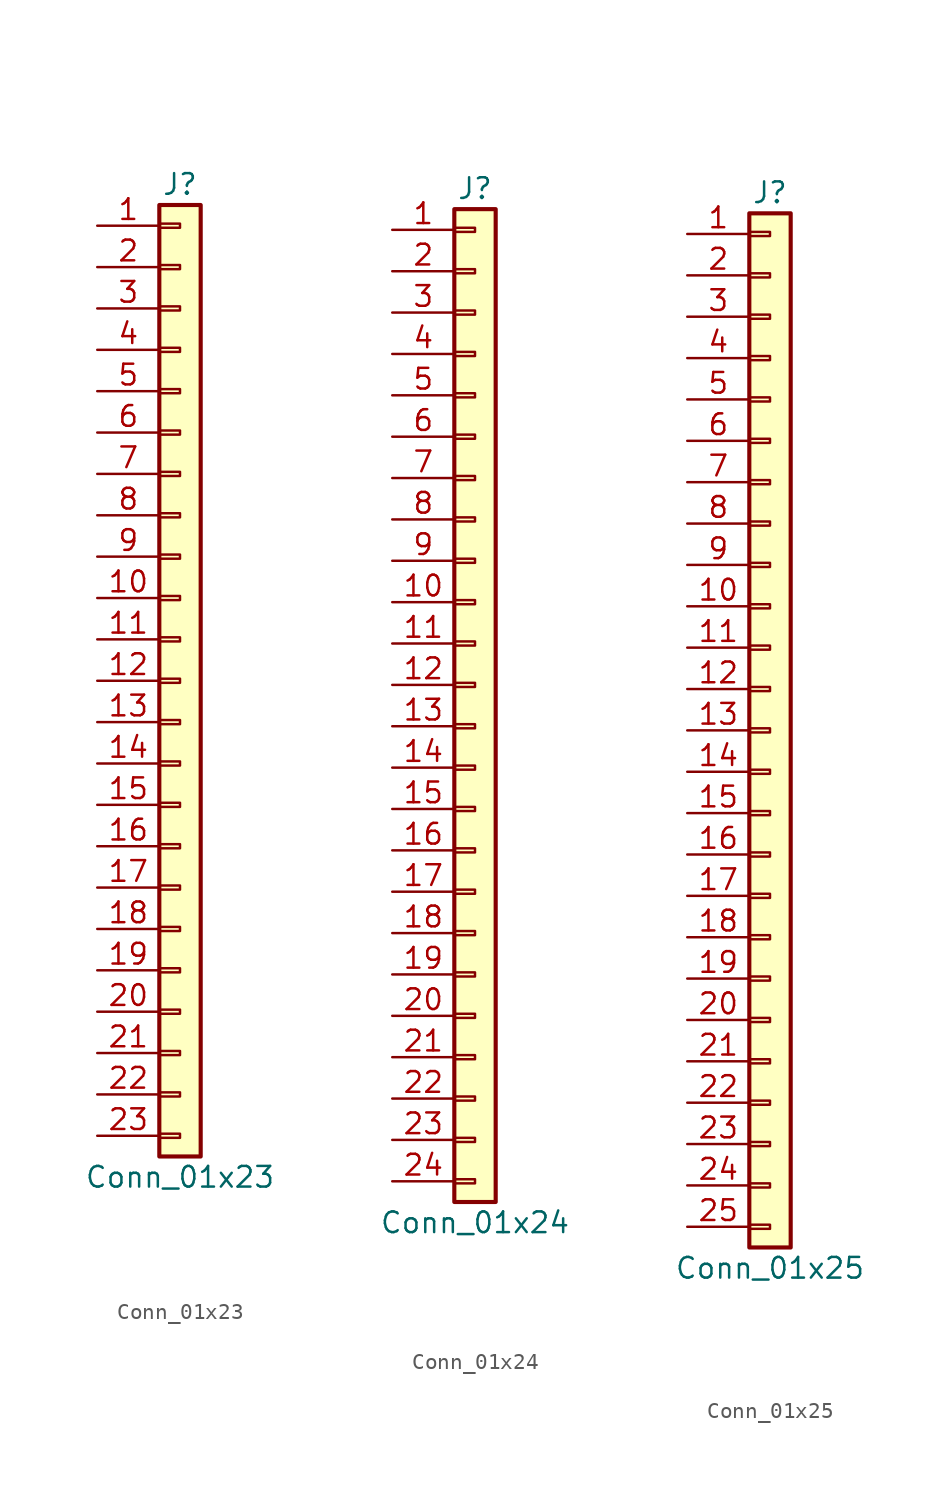
<source format=kicad_sym>
(kicad_symbol_lib
  (version 20201005)
  (generator kicad_symbol_editor)
  (symbol "Conn_01x23"
    (pin_names
      (offset 1.016) hide)
    (property "Reference" "J"
      (at 0 30.48 0)
      (effects (font (size 1.27 1.27))))
    (property "Value" "Conn_01x23"
      (at 0 -30.48 0)
      (effects (font (size 1.27 1.27))))
    (symbol "Conn_01x23_1_1"
      (rectangle (start -1.27 -27.813) (end 0 -28.067) (stroke (width 0.152)) (fill (type none)))
      (rectangle (start -1.27 -25.273) (end 0 -25.527) (stroke (width 0.152)) (fill (type none)))
      (rectangle (start -1.27 -22.733) (end 0 -22.987) (stroke (width 0.152)) (fill (type none)))
      (rectangle (start -1.27 -20.193) (end 0 -20.447) (stroke (width 0.152)) (fill (type none)))
      (rectangle (start -1.27 -17.653) (end 0 -17.907) (stroke (width 0.152)) (fill (type none)))
      (rectangle (start -1.27 -15.113) (end 0 -15.367) (stroke (width 0.152)) (fill (type none)))
      (rectangle (start -1.27 -12.573) (end 0 -12.827) (stroke (width 0.152)) (fill (type none)))
      (rectangle (start -1.27 -10.033) (end 0 -10.287) (stroke (width 0.152)) (fill (type none)))
      (rectangle (start -1.27 -7.493) (end 0 -7.747) (stroke (width 0.152)) (fill (type none)))
      (rectangle (start -1.27 -4.953) (end 0 -5.207) (stroke (width 0.152)) (fill (type none)))
      (rectangle (start -1.27 -2.413) (end 0 -2.667) (stroke (width 0.152)) (fill (type none)))
      (rectangle (start -1.27 0.127) (end 0 -0.127) (stroke (width 0.152)) (fill (type none)))
      (rectangle (start -1.27 2.667) (end 0 2.413) (stroke (width 0.152)) (fill (type none)))
      (rectangle (start -1.27 5.207) (end 0 4.953) (stroke (width 0.152)) (fill (type none)))
      (rectangle (start -1.27 7.747) (end 0 7.493) (stroke (width 0.152)) (fill (type none)))
      (rectangle (start -1.27 10.287) (end 0 10.033) (stroke (width 0.152)) (fill (type none)))
      (rectangle (start -1.27 12.827) (end 0 12.573) (stroke (width 0.152)) (fill (type none)))
      (rectangle (start -1.27 15.367) (end 0 15.113) (stroke (width 0.152)) (fill (type none)))
      (rectangle (start -1.27 17.907) (end 0 17.653) (stroke (width 0.152)) (fill (type none)))
      (rectangle (start -1.27 20.447) (end 0 20.193) (stroke (width 0.152)) (fill (type none)))
      (rectangle (start -1.27 22.987) (end 0 22.733) (stroke (width 0.152)) (fill (type none)))
      (rectangle (start -1.27 25.527) (end 0 25.273) (stroke (width 0.152)) (fill (type none)))
      (rectangle (start -1.27 28.067) (end 0 27.813) (stroke (width 0.152)) (fill (type none)))
      (rectangle (start -1.27 29.21) (end 1.27 -29.21) (stroke (width 0.254)) (fill (type background)))
      (pin passive line (at -5.08 27.94 0) (length 3.81) (name "Pin_1" (effects (font (size 1.27 1.27)))) (number "1" (effects (font (size 1.27 1.27)))))
      (pin passive line (at -5.08 5.08 0) (length 3.81) (name "Pin_10" (effects (font (size 1.27 1.27)))) (number "10" (effects (font (size 1.27 1.27)))))
      (pin passive line (at -5.08 2.54 0) (length 3.81) (name "Pin_11" (effects (font (size 1.27 1.27)))) (number "11" (effects (font (size 1.27 1.27)))))
      (pin passive line (at -5.08 0 0) (length 3.81) (name "Pin_12" (effects (font (size 1.27 1.27)))) (number "12" (effects (font (size 1.27 1.27)))))
      (pin passive line (at -5.08 -2.54 0) (length 3.81) (name "Pin_13" (effects (font (size 1.27 1.27)))) (number "13" (effects (font (size 1.27 1.27)))))
      (pin passive line (at -5.08 -5.08 0) (length 3.81) (name "Pin_14" (effects (font (size 1.27 1.27)))) (number "14" (effects (font (size 1.27 1.27)))))
      (pin passive line (at -5.08 -7.62 0) (length 3.81) (name "Pin_15" (effects (font (size 1.27 1.27)))) (number "15" (effects (font (size 1.27 1.27)))))
      (pin passive line (at -5.08 -10.16 0) (length 3.81) (name "Pin_16" (effects (font (size 1.27 1.27)))) (number "16" (effects (font (size 1.27 1.27)))))
      (pin passive line (at -5.08 -12.7 0) (length 3.81) (name "Pin_17" (effects (font (size 1.27 1.27)))) (number "17" (effects (font (size 1.27 1.27)))))
      (pin passive line (at -5.08 -15.24 0) (length 3.81) (name "Pin_18" (effects (font (size 1.27 1.27)))) (number "18" (effects (font (size 1.27 1.27)))))
      (pin passive line (at -5.08 -17.78 0) (length 3.81) (name "Pin_19" (effects (font (size 1.27 1.27)))) (number "19" (effects (font (size 1.27 1.27)))))
      (pin passive line (at -5.08 25.4 0) (length 3.81) (name "Pin_2" (effects (font (size 1.27 1.27)))) (number "2" (effects (font (size 1.27 1.27)))))
      (pin passive line (at -5.08 -20.32 0) (length 3.81) (name "Pin_20" (effects (font (size 1.27 1.27)))) (number "20" (effects (font (size 1.27 1.27)))))
      (pin passive line (at -5.08 -22.86 0) (length 3.81) (name "Pin_21" (effects (font (size 1.27 1.27)))) (number "21" (effects (font (size 1.27 1.27)))))
      (pin passive line (at -5.08 -25.4 0) (length 3.81) (name "Pin_22" (effects (font (size 1.27 1.27)))) (number "22" (effects (font (size 1.27 1.27)))))
      (pin passive line (at -5.08 -27.94 0) (length 3.81) (name "Pin_23" (effects (font (size 1.27 1.27)))) (number "23" (effects (font (size 1.27 1.27)))))
      (pin passive line (at -5.08 22.86 0) (length 3.81) (name "Pin_3" (effects (font (size 1.27 1.27)))) (number "3" (effects (font (size 1.27 1.27)))))
      (pin passive line (at -5.08 20.32 0) (length 3.81) (name "Pin_4" (effects (font (size 1.27 1.27)))) (number "4" (effects (font (size 1.27 1.27)))))
      (pin passive line (at -5.08 17.78 0) (length 3.81) (name "Pin_5" (effects (font (size 1.27 1.27)))) (number "5" (effects (font (size 1.27 1.27)))))
      (pin passive line (at -5.08 15.24 0) (length 3.81) (name "Pin_6" (effects (font (size 1.27 1.27)))) (number "6" (effects (font (size 1.27 1.27)))))
      (pin passive line (at -5.08 12.7 0) (length 3.81) (name "Pin_7" (effects (font (size 1.27 1.27)))) (number "7" (effects (font (size 1.27 1.27)))))
      (pin passive line (at -5.08 10.16 0) (length 3.81) (name "Pin_8" (effects (font (size 1.27 1.27)))) (number "8" (effects (font (size 1.27 1.27)))))
      (pin passive line (at -5.08 7.62 0) (length 3.81) (name "Pin_9" (effects (font (size 1.27 1.27)))) (number "9" (effects (font (size 1.27 1.27)))))))
  (symbol "Conn_01x24"
    (pin_names
      (offset 1.016) hide)
    (property "Reference" "J"
      (at 0 30.48 0)
      (effects (font (size 1.27 1.27))))
    (property "Value" "Conn_01x24"
      (at 0 -33.02 0)
      (effects (font (size 1.27 1.27))))
    (symbol "Conn_01x24_1_1"
      (rectangle (start -1.27 -30.353) (end 0 -30.607) (stroke (width 0.152)) (fill (type none)))
      (rectangle (start -1.27 -27.813) (end 0 -28.067) (stroke (width 0.152)) (fill (type none)))
      (rectangle (start -1.27 -25.273) (end 0 -25.527) (stroke (width 0.152)) (fill (type none)))
      (rectangle (start -1.27 -22.733) (end 0 -22.987) (stroke (width 0.152)) (fill (type none)))
      (rectangle (start -1.27 -20.193) (end 0 -20.447) (stroke (width 0.152)) (fill (type none)))
      (rectangle (start -1.27 -17.653) (end 0 -17.907) (stroke (width 0.152)) (fill (type none)))
      (rectangle (start -1.27 -15.113) (end 0 -15.367) (stroke (width 0.152)) (fill (type none)))
      (rectangle (start -1.27 -12.573) (end 0 -12.827) (stroke (width 0.152)) (fill (type none)))
      (rectangle (start -1.27 -10.033) (end 0 -10.287) (stroke (width 0.152)) (fill (type none)))
      (rectangle (start -1.27 -7.493) (end 0 -7.747) (stroke (width 0.152)) (fill (type none)))
      (rectangle (start -1.27 -4.953) (end 0 -5.207) (stroke (width 0.152)) (fill (type none)))
      (rectangle (start -1.27 -2.413) (end 0 -2.667) (stroke (width 0.152)) (fill (type none)))
      (rectangle (start -1.27 0.127) (end 0 -0.127) (stroke (width 0.152)) (fill (type none)))
      (rectangle (start -1.27 2.667) (end 0 2.413) (stroke (width 0.152)) (fill (type none)))
      (rectangle (start -1.27 5.207) (end 0 4.953) (stroke (width 0.152)) (fill (type none)))
      (rectangle (start -1.27 7.747) (end 0 7.493) (stroke (width 0.152)) (fill (type none)))
      (rectangle (start -1.27 10.287) (end 0 10.033) (stroke (width 0.152)) (fill (type none)))
      (rectangle (start -1.27 12.827) (end 0 12.573) (stroke (width 0.152)) (fill (type none)))
      (rectangle (start -1.27 15.367) (end 0 15.113) (stroke (width 0.152)) (fill (type none)))
      (rectangle (start -1.27 17.907) (end 0 17.653) (stroke (width 0.152)) (fill (type none)))
      (rectangle (start -1.27 20.447) (end 0 20.193) (stroke (width 0.152)) (fill (type none)))
      (rectangle (start -1.27 22.987) (end 0 22.733) (stroke (width 0.152)) (fill (type none)))
      (rectangle (start -1.27 25.527) (end 0 25.273) (stroke (width 0.152)) (fill (type none)))
      (rectangle (start -1.27 28.067) (end 0 27.813) (stroke (width 0.152)) (fill (type none)))
      (rectangle (start -1.27 29.21) (end 1.27 -31.75) (stroke (width 0.254)) (fill (type background)))
      (pin passive line (at -5.08 27.94 0) (length 3.81) (name "Pin_1" (effects (font (size 1.27 1.27)))) (number "1" (effects (font (size 1.27 1.27)))))
      (pin passive line (at -5.08 5.08 0) (length 3.81) (name "Pin_10" (effects (font (size 1.27 1.27)))) (number "10" (effects (font (size 1.27 1.27)))))
      (pin passive line (at -5.08 2.54 0) (length 3.81) (name "Pin_11" (effects (font (size 1.27 1.27)))) (number "11" (effects (font (size 1.27 1.27)))))
      (pin passive line (at -5.08 0 0) (length 3.81) (name "Pin_12" (effects (font (size 1.27 1.27)))) (number "12" (effects (font (size 1.27 1.27)))))
      (pin passive line (at -5.08 -2.54 0) (length 3.81) (name "Pin_13" (effects (font (size 1.27 1.27)))) (number "13" (effects (font (size 1.27 1.27)))))
      (pin passive line (at -5.08 -5.08 0) (length 3.81) (name "Pin_14" (effects (font (size 1.27 1.27)))) (number "14" (effects (font (size 1.27 1.27)))))
      (pin passive line (at -5.08 -7.62 0) (length 3.81) (name "Pin_15" (effects (font (size 1.27 1.27)))) (number "15" (effects (font (size 1.27 1.27)))))
      (pin passive line (at -5.08 -10.16 0) (length 3.81) (name "Pin_16" (effects (font (size 1.27 1.27)))) (number "16" (effects (font (size 1.27 1.27)))))
      (pin passive line (at -5.08 -12.7 0) (length 3.81) (name "Pin_17" (effects (font (size 1.27 1.27)))) (number "17" (effects (font (size 1.27 1.27)))))
      (pin passive line (at -5.08 -15.24 0) (length 3.81) (name "Pin_18" (effects (font (size 1.27 1.27)))) (number "18" (effects (font (size 1.27 1.27)))))
      (pin passive line (at -5.08 -17.78 0) (length 3.81) (name "Pin_19" (effects (font (size 1.27 1.27)))) (number "19" (effects (font (size 1.27 1.27)))))
      (pin passive line (at -5.08 25.4 0) (length 3.81) (name "Pin_2" (effects (font (size 1.27 1.27)))) (number "2" (effects (font (size 1.27 1.27)))))
      (pin passive line (at -5.08 -20.32 0) (length 3.81) (name "Pin_20" (effects (font (size 1.27 1.27)))) (number "20" (effects (font (size 1.27 1.27)))))
      (pin passive line (at -5.08 -22.86 0) (length 3.81) (name "Pin_21" (effects (font (size 1.27 1.27)))) (number "21" (effects (font (size 1.27 1.27)))))
      (pin passive line (at -5.08 -25.4 0) (length 3.81) (name "Pin_22" (effects (font (size 1.27 1.27)))) (number "22" (effects (font (size 1.27 1.27)))))
      (pin passive line (at -5.08 -27.94 0) (length 3.81) (name "Pin_23" (effects (font (size 1.27 1.27)))) (number "23" (effects (font (size 1.27 1.27)))))
      (pin passive line (at -5.08 -30.48 0) (length 3.81) (name "Pin_24" (effects (font (size 1.27 1.27)))) (number "24" (effects (font (size 1.27 1.27)))))
      (pin passive line (at -5.08 22.86 0) (length 3.81) (name "Pin_3" (effects (font (size 1.27 1.27)))) (number "3" (effects (font (size 1.27 1.27)))))
      (pin passive line (at -5.08 20.32 0) (length 3.81) (name "Pin_4" (effects (font (size 1.27 1.27)))) (number "4" (effects (font (size 1.27 1.27)))))
      (pin passive line (at -5.08 17.78 0) (length 3.81) (name "Pin_5" (effects (font (size 1.27 1.27)))) (number "5" (effects (font (size 1.27 1.27)))))
      (pin passive line (at -5.08 15.24 0) (length 3.81) (name "Pin_6" (effects (font (size 1.27 1.27)))) (number "6" (effects (font (size 1.27 1.27)))))
      (pin passive line (at -5.08 12.7 0) (length 3.81) (name "Pin_7" (effects (font (size 1.27 1.27)))) (number "7" (effects (font (size 1.27 1.27)))))
      (pin passive line (at -5.08 10.16 0) (length 3.81) (name "Pin_8" (effects (font (size 1.27 1.27)))) (number "8" (effects (font (size 1.27 1.27)))))
      (pin passive line (at -5.08 7.62 0) (length 3.81) (name "Pin_9" (effects (font (size 1.27 1.27)))) (number "9" (effects (font (size 1.27 1.27)))))))
  (symbol "Conn_01x25"
    (pin_names
      (offset 1.016) hide)
    (property "Reference" "J"
      (at 0 33.02 0)
      (effects (font (size 1.27 1.27))))
    (property "Value" "Conn_01x25"
      (at 0 -33.02 0)
      (effects (font (size 1.27 1.27))))
    (symbol "Conn_01x25_1_1"
      (rectangle (start -1.27 -30.353) (end 0 -30.607) (stroke (width 0.152)) (fill (type none)))
      (rectangle (start -1.27 -27.813) (end 0 -28.067) (stroke (width 0.152)) (fill (type none)))
      (rectangle (start -1.27 -25.273) (end 0 -25.527) (stroke (width 0.152)) (fill (type none)))
      (rectangle (start -1.27 -22.733) (end 0 -22.987) (stroke (width 0.152)) (fill (type none)))
      (rectangle (start -1.27 -20.193) (end 0 -20.447) (stroke (width 0.152)) (fill (type none)))
      (rectangle (start -1.27 -17.653) (end 0 -17.907) (stroke (width 0.152)) (fill (type none)))
      (rectangle (start -1.27 -15.113) (end 0 -15.367) (stroke (width 0.152)) (fill (type none)))
      (rectangle (start -1.27 -12.573) (end 0 -12.827) (stroke (width 0.152)) (fill (type none)))
      (rectangle (start -1.27 -10.033) (end 0 -10.287) (stroke (width 0.152)) (fill (type none)))
      (rectangle (start -1.27 -7.493) (end 0 -7.747) (stroke (width 0.152)) (fill (type none)))
      (rectangle (start -1.27 -4.953) (end 0 -5.207) (stroke (width 0.152)) (fill (type none)))
      (rectangle (start -1.27 -2.413) (end 0 -2.667) (stroke (width 0.152)) (fill (type none)))
      (rectangle (start -1.27 0.127) (end 0 -0.127) (stroke (width 0.152)) (fill (type none)))
      (rectangle (start -1.27 2.667) (end 0 2.413) (stroke (width 0.152)) (fill (type none)))
      (rectangle (start -1.27 5.207) (end 0 4.953) (stroke (width 0.152)) (fill (type none)))
      (rectangle (start -1.27 7.747) (end 0 7.493) (stroke (width 0.152)) (fill (type none)))
      (rectangle (start -1.27 10.287) (end 0 10.033) (stroke (width 0.152)) (fill (type none)))
      (rectangle (start -1.27 12.827) (end 0 12.573) (stroke (width 0.152)) (fill (type none)))
      (rectangle (start -1.27 15.367) (end 0 15.113) (stroke (width 0.152)) (fill (type none)))
      (rectangle (start -1.27 17.907) (end 0 17.653) (stroke (width 0.152)) (fill (type none)))
      (rectangle (start -1.27 20.447) (end 0 20.193) (stroke (width 0.152)) (fill (type none)))
      (rectangle (start -1.27 22.987) (end 0 22.733) (stroke (width 0.152)) (fill (type none)))
      (rectangle (start -1.27 25.527) (end 0 25.273) (stroke (width 0.152)) (fill (type none)))
      (rectangle (start -1.27 28.067) (end 0 27.813) (stroke (width 0.152)) (fill (type none)))
      (rectangle (start -1.27 30.607) (end 0 30.353) (stroke (width 0.152)) (fill (type none)))
      (rectangle (start -1.27 31.75) (end 1.27 -31.75) (stroke (width 0.254)) (fill (type background)))
      (pin passive line (at -5.08 30.48 0) (length 3.81) (name "Pin_1" (effects (font (size 1.27 1.27)))) (number "1" (effects (font (size 1.27 1.27)))))
      (pin passive line (at -5.08 7.62 0) (length 3.81) (name "Pin_10" (effects (font (size 1.27 1.27)))) (number "10" (effects (font (size 1.27 1.27)))))
      (pin passive line (at -5.08 5.08 0) (length 3.81) (name "Pin_11" (effects (font (size 1.27 1.27)))) (number "11" (effects (font (size 1.27 1.27)))))
      (pin passive line (at -5.08 2.54 0) (length 3.81) (name "Pin_12" (effects (font (size 1.27 1.27)))) (number "12" (effects (font (size 1.27 1.27)))))
      (pin passive line (at -5.08 0 0) (length 3.81) (name "Pin_13" (effects (font (size 1.27 1.27)))) (number "13" (effects (font (size 1.27 1.27)))))
      (pin passive line (at -5.08 -2.54 0) (length 3.81) (name "Pin_14" (effects (font (size 1.27 1.27)))) (number "14" (effects (font (size 1.27 1.27)))))
      (pin passive line (at -5.08 -5.08 0) (length 3.81) (name "Pin_15" (effects (font (size 1.27 1.27)))) (number "15" (effects (font (size 1.27 1.27)))))
      (pin passive line (at -5.08 -7.62 0) (length 3.81) (name "Pin_16" (effects (font (size 1.27 1.27)))) (number "16" (effects (font (size 1.27 1.27)))))
      (pin passive line (at -5.08 -10.16 0) (length 3.81) (name "Pin_17" (effects (font (size 1.27 1.27)))) (number "17" (effects (font (size 1.27 1.27)))))
      (pin passive line (at -5.08 -12.7 0) (length 3.81) (name "Pin_18" (effects (font (size 1.27 1.27)))) (number "18" (effects (font (size 1.27 1.27)))))
      (pin passive line (at -5.08 -15.24 0) (length 3.81) (name "Pin_19" (effects (font (size 1.27 1.27)))) (number "19" (effects (font (size 1.27 1.27)))))
      (pin passive line (at -5.08 27.94 0) (length 3.81) (name "Pin_2" (effects (font (size 1.27 1.27)))) (number "2" (effects (font (size 1.27 1.27)))))
      (pin passive line (at -5.08 -17.78 0) (length 3.81) (name "Pin_20" (effects (font (size 1.27 1.27)))) (number "20" (effects (font (size 1.27 1.27)))))
      (pin passive line (at -5.08 -20.32 0) (length 3.81) (name "Pin_21" (effects (font (size 1.27 1.27)))) (number "21" (effects (font (size 1.27 1.27)))))
      (pin passive line (at -5.08 -22.86 0) (length 3.81) (name "Pin_22" (effects (font (size 1.27 1.27)))) (number "22" (effects (font (size 1.27 1.27)))))
      (pin passive line (at -5.08 -25.4 0) (length 3.81) (name "Pin_23" (effects (font (size 1.27 1.27)))) (number "23" (effects (font (size 1.27 1.27)))))
      (pin passive line (at -5.08 -27.94 0) (length 3.81) (name "Pin_24" (effects (font (size 1.27 1.27)))) (number "24" (effects (font (size 1.27 1.27)))))
      (pin passive line (at -5.08 -30.48 0) (length 3.81) (name "Pin_25" (effects (font (size 1.27 1.27)))) (number "25" (effects (font (size 1.27 1.27)))))
      (pin passive line (at -5.08 25.4 0) (length 3.81) (name "Pin_3" (effects (font (size 1.27 1.27)))) (number "3" (effects (font (size 1.27 1.27)))))
      (pin passive line (at -5.08 22.86 0) (length 3.81) (name "Pin_4" (effects (font (size 1.27 1.27)))) (number "4" (effects (font (size 1.27 1.27)))))
      (pin passive line (at -5.08 20.32 0) (length 3.81) (name "Pin_5" (effects (font (size 1.27 1.27)))) (number "5" (effects (font (size 1.27 1.27)))))
      (pin passive line (at -5.08 17.78 0) (length 3.81) (name "Pin_6" (effects (font (size 1.27 1.27)))) (number "6" (effects (font (size 1.27 1.27)))))
      (pin passive line (at -5.08 15.24 0) (length 3.81) (name "Pin_7" (effects (font (size 1.27 1.27)))) (number "7" (effects (font (size 1.27 1.27)))))
      (pin passive line (at -5.08 12.7 0) (length 3.81) (name "Pin_8" (effects (font (size 1.27 1.27)))) (number "8" (effects (font (size 1.27 1.27)))))
      (pin passive line (at -5.08 10.16 0) (length 3.81) (name "Pin_9" (effects (font (size 1.27 1.27)))) (number "9" (effects (font (size 1.27 1.27))))))))
</source>
